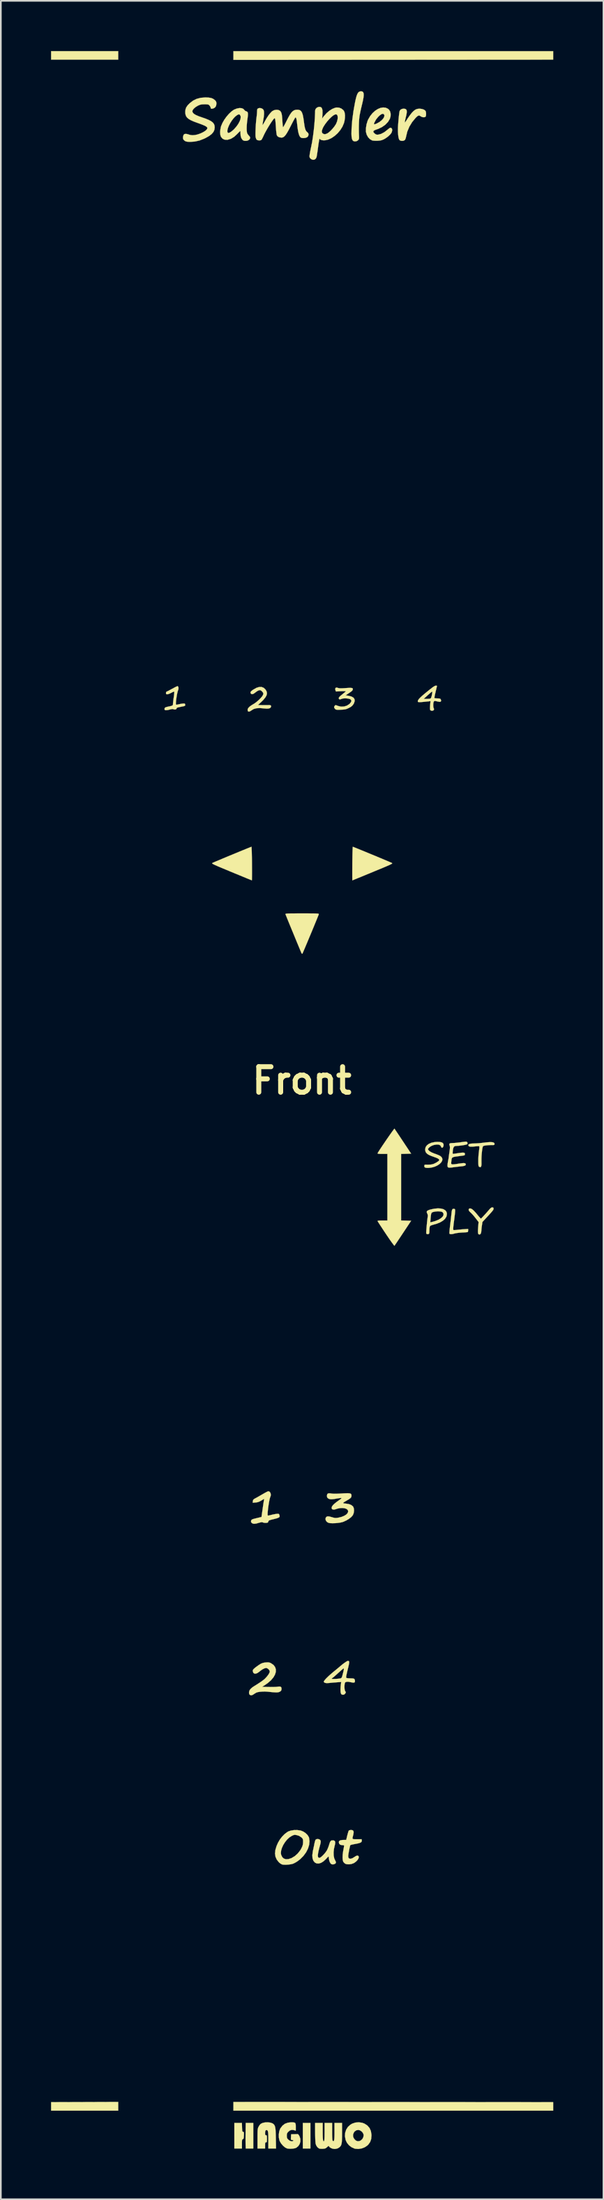
<source format=kicad_pcb>
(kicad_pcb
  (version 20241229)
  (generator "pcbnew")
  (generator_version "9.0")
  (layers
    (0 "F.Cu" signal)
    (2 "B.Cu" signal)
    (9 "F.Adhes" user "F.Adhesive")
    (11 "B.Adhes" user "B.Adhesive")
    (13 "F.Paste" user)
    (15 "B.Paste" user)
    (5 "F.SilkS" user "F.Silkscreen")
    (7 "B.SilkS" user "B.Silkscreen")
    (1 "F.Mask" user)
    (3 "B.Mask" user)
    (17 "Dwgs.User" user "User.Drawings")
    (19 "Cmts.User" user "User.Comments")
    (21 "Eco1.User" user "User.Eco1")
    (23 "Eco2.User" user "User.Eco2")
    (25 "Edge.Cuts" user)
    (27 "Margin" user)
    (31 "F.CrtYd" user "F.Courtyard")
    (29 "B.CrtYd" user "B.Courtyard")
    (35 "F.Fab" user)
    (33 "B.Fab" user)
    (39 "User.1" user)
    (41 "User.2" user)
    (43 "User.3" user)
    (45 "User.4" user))
  (footprint "Front"
    (layer "F.Cu")
    (at 14.991 61.501)
    (property "Reference" "Front" (at 0 0 0) (layer "F.SilkS") (effects (font (size 1.524 1.524) (thickness 0.3))))
    (attr through_hole)
    (fp_poly (pts (xy -10.978 -60.988) (xy -14.986 -60.988) (xy -14.986 -61.496) (xy -10.978 -61.496) (xy -10.978 -60.988)) (stroke (width 0.01) (type solid)) (fill yes) (layer "F.SilkS"))
    (fp_poly (pts (xy 0.508 63.782) (xy 0.056 63.782) (xy 0.056 62.258) (xy 0.508 62.258) (xy 0.508 63.782)) (stroke (width 0.01) (type solid)) (fill yes) (layer "F.SilkS"))
    (fp_poly (pts (xy 5.461 61.009) (xy 15.014 61.017) (xy 15.014 61.524) (xy -4.092 61.524) (xy -4.092 61.002) (xy 5.461 61.009)) (stroke (width 0.01) (type solid)) (fill yes) (layer "F.SilkS"))
    (fp_poly (pts (xy 15.014 -60.988) (xy 5.461 -60.981) (xy -4.092 -60.974) (xy -4.092 -61.496) (xy 15.014 -61.496) (xy 15.014 -60.988)) (stroke (width 0.01) (type solid)) (fill yes) (layer "F.SilkS"))
    (fp_poly (pts (xy -10.978 61.263) (xy -10.978 61.524) (xy -14.986 61.524) (xy -14.986 61.017) (xy -12.982 61.01) (xy -10.978 61.002) (xy -10.978 61.263)) (stroke (width 0.01) (type solid)) (fill yes) (layer "F.SilkS"))
    (fp_poly (pts (xy -2.907 63.782) (xy -3.356 63.782) (xy -3.365 63.493) (xy -3.367 63.36) (xy -3.368 63.189) (xy -3.367 62.998) (xy -3.365 62.807) (xy -3.364 62.731) (xy -3.356 62.258) (xy -2.907 62.258) (xy -2.907 63.782)) (stroke (width 0.01) (type solid)) (fill yes) (layer "F.SilkS"))
    (fp_poly (pts (xy -3.578 62.519) (xy -3.573 62.643) (xy -3.566 62.72) (xy -3.554 62.764) (xy -3.534 62.783) (xy -3.514 62.788) (xy -3.485 62.797) (xy -3.469 62.822) (xy -3.463 62.876) (xy -3.465 62.97) (xy -3.466 63.004) (xy -3.473 63.114) (xy -3.484 63.179) (xy -3.503 63.213) (xy -3.53 63.227) (xy -3.555 63.238) (xy -3.571 63.266) (xy -3.58 63.319) (xy -3.584 63.409) (xy -3.584 63.511) (xy -3.584 63.782) (xy -4.036 63.782) (xy -4.036 62.258) (xy -3.586 62.258) (xy -3.578 62.519)) (stroke (width 0.01) (type solid)) (fill yes) (layer "F.SilkS"))
    (fp_poly (pts (xy 3.609 -59.085) (xy 3.659 -59.046) (xy 3.687 -58.975) (xy 3.694 -58.869) (xy 3.679 -58.722) (xy 3.644 -58.532) (xy 3.588 -58.293) (xy 3.586 -58.285) (xy 3.544 -58.111) (xy 3.504 -57.935) (xy 3.47 -57.772) (xy 3.446 -57.641) (xy 3.439 -57.602) (xy 3.423 -57.454) (xy 3.411 -57.265) (xy 3.404 -57.051) (xy 3.402 -56.826) (xy 3.405 -56.607) (xy 3.412 -56.436) (xy 3.415 -56.329) (xy 3.409 -56.261) (xy 3.388 -56.213) (xy 3.357 -56.175) (xy 3.281 -56.125) (xy 3.189 -56.105) (xy 3.101 -56.115) (xy 3.044 -56.152) (xy 3.008 -56.211) (xy 2.982 -56.295) (xy 2.967 -56.408) (xy 2.961 -56.56) (xy 2.965 -56.758) (xy 2.969 -56.862) (xy 3.007 -57.366) (xy 3.08 -57.91) (xy 3.177 -58.446) (xy 3.224 -58.66) (xy 3.269 -58.824) (xy 3.316 -58.944) (xy 3.367 -59.025) (xy 3.426 -59.073) (xy 3.497 -59.095) (xy 3.538 -59.097) (xy 3.609 -59.085)) (stroke (width 0.01) (type solid)) (fill yes) (layer "F.SilkS"))
    (fp_poly (pts (xy 3.601 62.248) (xy 3.739 62.299) (xy 3.911 62.411) (xy 4.038 62.556) (xy 4.119 62.734) (xy 4.155 62.945) (xy 4.157 63.02) (xy 4.138 63.223) (xy 4.079 63.393) (xy 3.977 63.54) (xy 3.901 63.614) (xy 3.749 63.714) (xy 3.568 63.781) (xy 3.377 63.811) (xy 3.192 63.799) (xy 3.132 63.784) (xy 2.96 63.705) (xy 2.808 63.585) (xy 2.688 63.436) (xy 2.612 63.272) (xy 2.573 63.054) (xy 2.579 62.959) (xy 3.055 62.959) (xy 3.062 63.086) (xy 3.112 63.192) (xy 3.208 63.298) (xy 3.313 63.349) (xy 3.427 63.344) (xy 3.522 63.302) (xy 3.612 63.218) (xy 3.671 63.106) (xy 3.689 62.985) (xy 3.685 62.95) (xy 3.643 62.851) (xy 3.565 62.762) (xy 3.469 62.699) (xy 3.384 62.677) (xy 3.258 62.694) (xy 3.158 62.76) (xy 3.103 62.832) (xy 3.055 62.959) (xy 2.579 62.959) (xy 2.585 62.848) (xy 2.645 62.659) (xy 2.752 62.494) (xy 2.902 62.36) (xy 3.006 62.299) (xy 3.195 62.236) (xy 3.399 62.219) (xy 3.601 62.248)) (stroke (width 0.01) (type solid)) (fill yes) (layer "F.SilkS"))
    (fp_poly (pts (xy -3.009 -13.943) (xy -3.004 -13.866) (xy -2.999 -13.745) (xy -2.995 -13.586) (xy -2.991 -13.397) (xy -2.987 -13.182) (xy -2.985 -12.968) (xy -2.984 -12.737) (xy -2.983 -12.524) (xy -2.983 -12.337) (xy -2.985 -12.181) (xy -2.986 -12.064) (xy -2.989 -11.99) (xy -2.992 -11.967) (xy -3.02 -11.978) (xy -3.095 -12.008) (xy -3.212 -12.055) (xy -3.365 -12.118) (xy -3.549 -12.194) (xy -3.76 -12.281) (xy -3.991 -12.376) (xy -4.212 -12.467) (xy -4.493 -12.584) (xy -4.727 -12.682) (xy -4.917 -12.761) (xy -5.067 -12.826) (xy -5.181 -12.876) (xy -5.263 -12.915) (xy -5.319 -12.944) (xy -5.351 -12.966) (xy -5.364 -12.981) (xy -5.362 -12.993) (xy -5.349 -13.003) (xy -5.343 -13.006) (xy -5.3 -13.026) (xy -5.213 -13.064) (xy -5.089 -13.117) (xy -4.933 -13.182) (xy -4.754 -13.257) (xy -4.556 -13.34) (xy -4.347 -13.427) (xy -4.133 -13.515) (xy -3.92 -13.603) (xy -3.715 -13.688) (xy -3.525 -13.766) (xy -3.355 -13.835) (xy -3.213 -13.893) (xy -3.104 -13.936) (xy -3.036 -13.963) (xy -3.014 -13.97) (xy -3.009 -13.943)) (stroke (width 0.01) (type solid)) (fill yes) (layer "F.SilkS"))
    (fp_poly (pts (xy 3.074 -13.96) (xy 3.149 -13.93) (xy 3.264 -13.884) (xy 3.412 -13.824) (xy 3.586 -13.753) (xy 3.779 -13.674) (xy 3.986 -13.588) (xy 4.199 -13.5) (xy 4.413 -13.412) (xy 4.62 -13.325) (xy 4.815 -13.244) (xy 4.991 -13.17) (xy 5.141 -13.107) (xy 5.259 -13.056) (xy 5.338 -13.022) (xy 5.37 -13.007) (xy 5.386 -12.997) (xy 5.395 -12.986) (xy 5.39 -12.973) (xy 5.368 -12.954) (xy 5.325 -12.93) (xy 5.257 -12.896) (xy 5.16 -12.852) (xy 5.029 -12.796) (xy 4.86 -12.724) (xy 4.65 -12.637) (xy 4.393 -12.531) (xy 4.237 -12.466) (xy 3.991 -12.365) (xy 3.761 -12.27) (xy 3.553 -12.184) (xy 3.371 -12.11) (xy 3.222 -12.049) (xy 3.109 -12.003) (xy 3.039 -11.975) (xy 3.016 -11.966) (xy 3.014 -11.993) (xy 3.012 -12.071) (xy 3.011 -12.192) (xy 3.011 -12.35) (xy 3.011 -12.54) (xy 3.012 -12.754) (xy 3.013 -12.968) (xy 3.016 -13.2) (xy 3.019 -13.412) (xy 3.023 -13.6) (xy 3.028 -13.755) (xy 3.033 -13.873) (xy 3.038 -13.947) (xy 3.043 -13.97) (xy 3.074 -13.96)) (stroke (width 0.01) (type solid)) (fill yes) (layer "F.SilkS"))
    (fp_poly (pts (xy 0.279 -9.991) (xy 0.494 -9.99) (xy 0.662 -9.989) (xy 0.79 -9.986) (xy 0.883 -9.983) (xy 0.946 -9.978) (xy 0.985 -9.971) (xy 1.004 -9.962) (xy 1.01 -9.951) (xy 1.009 -9.941) (xy 0.994 -9.9) (xy 0.96 -9.814) (xy 0.91 -9.69) (xy 0.847 -9.536) (xy 0.773 -9.356) (xy 0.692 -9.158) (xy 0.605 -8.947) (xy 0.515 -8.732) (xy 0.425 -8.517) (xy 0.338 -8.309) (xy 0.257 -8.116) (xy 0.183 -7.942) (xy 0.121 -7.795) (xy 0.072 -7.682) (xy 0.039 -7.608) (xy 0.025 -7.58) (xy 0.000099 -7.585) (xy -0.032 -7.634) (xy -0.039 -7.65) (xy -0.122 -7.85) (xy -0.213 -8.068) (xy -0.308 -8.297) (xy -0.405 -8.533) (xy -0.502 -8.769) (xy -0.597 -8.999) (xy -0.687 -9.217) (xy -0.769 -9.417) (xy -0.841 -9.593) (xy -0.9 -9.74) (xy -0.945 -9.851) (xy -0.973 -9.92) (xy -0.981 -9.941) (xy -0.981 -9.954) (xy -0.972 -9.965) (xy -0.947 -9.973) (xy -0.902 -9.979) (xy -0.831 -9.984) (xy -0.728 -9.987) (xy -0.589 -9.989) (xy -0.407 -9.99) (xy -0.179 -9.991) (xy 0.014 -9.991) (xy 0.279 -9.991)) (stroke (width 0.01) (type solid)) (fill yes) (layer "F.SilkS"))
    (fp_poly (pts (xy 9.082 7.654) (xy 9.129 7.664) (xy 9.151 7.692) (xy 9.156 7.753) (xy 9.156 7.789) (xy 9.151 7.86) (xy 9.14 7.974) (xy 9.123 8.119) (xy 9.103 8.283) (xy 9.087 8.403) (xy 9.062 8.594) (xy 9.047 8.745) (xy 9.04 8.851) (xy 9.043 8.908) (xy 9.047 8.916) (xy 9.089 8.927) (xy 9.167 8.925) (xy 9.215 8.919) (xy 9.305 8.907) (xy 9.432 8.895) (xy 9.573 8.882) (xy 9.645 8.877) (xy 9.934 8.857) (xy 9.934 8.943) (xy 9.927 9.008) (xy 9.911 9.042) (xy 9.874 9.05) (xy 9.794 9.057) (xy 9.683 9.065) (xy 9.579 9.07) (xy 9.435 9.08) (xy 9.296 9.096) (xy 9.181 9.115) (xy 9.13 9.128) (xy 8.992 9.162) (xy 8.889 9.169) (xy 8.828 9.149) (xy 8.816 9.132) (xy 8.814 9.091) (xy 8.819 9.005) (xy 8.83 8.883) (xy 8.846 8.737) (xy 8.858 8.631) (xy 8.88 8.456) (xy 8.9 8.282) (xy 8.918 8.125) (xy 8.931 8.001) (xy 8.935 7.959) (xy 8.951 7.819) (xy 8.971 7.727) (xy 8.999 7.674) (xy 9.04 7.654) (xy 9.082 7.654)) (stroke (width 0.01) (type solid)) (fill yes) (layer "F.SilkS"))
    (fp_poly (pts (xy 11.429 7.58) (xy 11.455 7.624) (xy 11.443 7.697) (xy 11.436 7.714) (xy 11.407 7.755) (xy 11.347 7.828) (xy 11.263 7.925) (xy 11.161 8.038) (xy 11.097 8.107) (xy 10.788 8.439) (xy 10.756 8.651) (xy 10.74 8.769) (xy 10.729 8.876) (xy 10.724 8.952) (xy 10.724 8.955) (xy 10.711 9.075) (xy 10.677 9.155) (xy 10.625 9.19) (xy 10.559 9.174) (xy 10.556 9.173) (xy 10.534 9.139) (xy 10.522 9.067) (xy 10.521 8.953) (xy 10.53 8.791) (xy 10.538 8.689) (xy 10.559 8.445) (xy 10.371 8.201) (xy 10.281 8.089) (xy 10.19 7.985) (xy 10.111 7.903) (xy 10.073 7.868) (xy 9.997 7.791) (xy 9.963 7.721) (xy 9.974 7.664) (xy 10.019 7.634) (xy 10.087 7.635) (xy 10.17 7.677) (xy 10.271 7.764) (xy 10.394 7.897) (xy 10.468 7.986) (xy 10.551 8.086) (xy 10.622 8.168) (xy 10.673 8.222) (xy 10.697 8.241) (xy 10.723 8.221) (xy 10.779 8.165) (xy 10.857 8.082) (xy 10.952 7.978) (xy 11.057 7.861) (xy 11.164 7.738) (xy 11.237 7.652) (xy 11.308 7.59) (xy 11.376 7.567) (xy 11.429 7.58)) (stroke (width 0.01) (type solid)) (fill yes) (layer "F.SilkS"))
    (fp_poly (pts (xy -1.895 62.237) (xy -1.771 62.278) (xy -1.742 62.294) (xy -1.689 62.334) (xy -1.648 62.382) (xy -1.617 62.446) (xy -1.594 62.532) (xy -1.578 62.649) (xy -1.568 62.802) (xy -1.561 62.999) (xy -1.557 63.168) (xy -1.547 63.782) (xy -2.004 63.782) (xy -2.004 63.286) (xy -2.005 63.083) (xy -2.01 62.93) (xy -2.02 62.82) (xy -2.035 62.747) (xy -2.058 62.704) (xy -2.089 62.685) (xy -2.115 62.682) (xy -2.163 62.699) (xy -2.191 62.754) (xy -2.201 62.856) (xy -2.201 62.881) (xy -2.196 62.954) (xy -2.176 62.986) (xy -2.145 62.992) (xy -2.116 62.997) (xy -2.099 63.02) (xy -2.091 63.072) (xy -2.089 63.166) (xy -2.088 63.204) (xy -2.09 63.312) (xy -2.096 63.375) (xy -2.11 63.406) (xy -2.135 63.415) (xy -2.145 63.415) (xy -2.175 63.421) (xy -2.192 63.447) (xy -2.2 63.504) (xy -2.201 63.599) (xy -2.201 63.782) (xy -2.653 63.782) (xy -2.653 63.196) (xy -2.653 62.997) (xy -2.651 62.847) (xy -2.648 62.735) (xy -2.641 62.654) (xy -2.631 62.594) (xy -2.617 62.546) (xy -2.598 62.502) (xy -2.589 62.485) (xy -2.536 62.399) (xy -2.477 62.328) (xy -2.455 62.31) (xy -2.345 62.257) (xy -2.201 62.227) (xy -2.045 62.221) (xy -1.895 62.237)) (stroke (width 0.01) (type solid)) (fill yes) (layer "F.SilkS"))
    (fp_poly (pts (xy 5.552 2.897) (xy 5.599 2.967) (xy 5.67 3.072) (xy 5.761 3.207) (xy 5.866 3.365) (xy 5.983 3.541) (xy 6.04 3.627) (xy 6.527 4.36) (xy 5.927 4.376) (xy 5.927 8.352) (xy 6.227 8.36) (xy 6.527 8.368) (xy 6.04 9.102) (xy 5.919 9.284) (xy 5.808 9.45) (xy 5.71 9.597) (xy 5.63 9.716) (xy 5.571 9.803) (xy 5.537 9.852) (xy 5.531 9.86) (xy 5.51 9.843) (xy 5.463 9.785) (xy 5.392 9.69) (xy 5.302 9.565) (xy 5.197 9.414) (xy 5.081 9.243) (xy 5.024 9.158) (xy 4.903 8.977) (xy 4.793 8.809) (xy 4.696 8.662) (xy 4.617 8.541) (xy 4.56 8.452) (xy 4.529 8.401) (xy 4.525 8.393) (xy 4.527 8.375) (xy 4.558 8.363) (xy 4.624 8.357) (xy 4.734 8.354) (xy 4.809 8.354) (xy 5.108 8.354) (xy 5.108 4.374) (xy 4.809 4.374) (xy 4.673 4.373) (xy 4.586 4.369) (xy 4.539 4.36) (xy 4.523 4.345) (xy 4.525 4.335) (xy 4.548 4.29) (xy 4.598 4.209) (xy 4.669 4.099) (xy 4.757 3.967) (xy 4.856 3.818) (xy 4.963 3.661) (xy 5.072 3.501) (xy 5.18 3.346) (xy 5.281 3.201) (xy 5.371 3.075) (xy 5.445 2.973) (xy 5.499 2.902) (xy 5.528 2.87) (xy 5.531 2.869) (xy 5.552 2.897)) (stroke (width 0.01) (type solid)) (fill yes) (layer "F.SilkS"))
    (fp_poly (pts (xy 11.357 3.673) (xy 11.448 3.693) (xy 11.498 3.728) (xy 11.512 3.781) (xy 11.509 3.802) (xy 11.487 3.837) (xy 11.429 3.848) (xy 11.401 3.847) (xy 11.283 3.846) (xy 11.154 3.852) (xy 11.029 3.864) (xy 10.923 3.879) (xy 10.849 3.898) (xy 10.826 3.91) (xy 10.805 3.957) (xy 10.784 4.05) (xy 10.765 4.176) (xy 10.749 4.325) (xy 10.736 4.486) (xy 10.729 4.647) (xy 10.728 4.797) (xy 10.728 4.832) (xy 10.73 4.988) (xy 10.72 5.093) (xy 10.696 5.151) (xy 10.658 5.168) (xy 10.601 5.147) (xy 10.583 5.137) (xy 10.564 5.113) (xy 10.551 5.063) (xy 10.545 4.98) (xy 10.543 4.852) (xy 10.543 4.806) (xy 10.544 4.667) (xy 10.548 4.551) (xy 10.556 4.44) (xy 10.568 4.317) (xy 10.587 4.164) (xy 10.599 4.075) (xy 10.606 3.991) (xy 10.602 3.932) (xy 10.594 3.916) (xy 10.556 3.913) (xy 10.477 3.916) (xy 10.371 3.924) (xy 10.331 3.928) (xy 10.174 3.942) (xy 10.065 3.941) (xy 9.996 3.925) (xy 9.958 3.894) (xy 9.953 3.882) (xy 9.95 3.826) (xy 9.995 3.787) (xy 10.088 3.763) (xy 10.233 3.753) (xy 10.268 3.753) (xy 10.409 3.748) (xy 10.577 3.736) (xy 10.745 3.719) (xy 10.809 3.711) (xy 11.041 3.683) (xy 11.223 3.671) (xy 11.357 3.673)) (stroke (width 0.01) (type solid)) (fill yes) (layer "F.SilkS"))
    (fp_poly (pts (xy -2.402 -23.514) (xy -2.274 -23.46) (xy -2.168 -23.355) (xy -2.163 -23.348) (xy -2.105 -23.239) (xy -2.088 -23.13) (xy -2.114 -23.016) (xy -2.184 -22.891) (xy -2.301 -22.749) (xy -2.426 -22.625) (xy -2.626 -22.437) (xy -2.364 -22.432) (xy -2.232 -22.43) (xy -2.107 -22.431) (xy -2.01 -22.433) (xy -1.986 -22.434) (xy -1.892 -22.429) (xy -1.846 -22.399) (xy -1.844 -22.34) (xy -1.848 -22.327) (xy -1.889 -22.266) (xy -1.968 -22.232) (xy -2.089 -22.221) (xy -2.258 -22.234) (xy -2.284 -22.237) (xy -2.522 -22.257) (xy -2.719 -22.245) (xy -2.881 -22.2) (xy -3.014 -22.121) (xy -3.026 -22.111) (xy -3.109 -22.058) (xy -3.18 -22.044) (xy -3.228 -22.069) (xy -3.235 -22.084) (xy -3.245 -22.17) (xy -3.208 -22.256) (xy -3.12 -22.347) (xy -2.981 -22.444) (xy -2.907 -22.487) (xy -2.791 -22.561) (xy -2.668 -22.658) (xy -2.548 -22.766) (xy -2.443 -22.875) (xy -2.363 -22.974) (xy -2.321 -23.05) (xy -2.304 -23.117) (xy -2.317 -23.168) (xy -2.359 -23.225) (xy -2.419 -23.285) (xy -2.476 -23.323) (xy -2.483 -23.326) (xy -2.558 -23.322) (xy -2.657 -23.278) (xy -2.772 -23.197) (xy -2.807 -23.168) (xy -2.896 -23.108) (xy -2.976 -23.087) (xy -3.038 -23.106) (xy -3.069 -23.163) (xy -3.07 -23.17) (xy -3.067 -23.212) (xy -3.04 -23.253) (xy -2.982 -23.304) (xy -2.894 -23.365) (xy -2.714 -23.466) (xy -2.549 -23.516) (xy -2.402 -23.514)) (stroke (width 0.01) (type solid)) (fill yes) (layer "F.SilkS"))
    (fp_poly (pts (xy -0.533 62.224) (xy -0.447 62.235) (xy -0.397 62.265) (xy -0.374 62.325) (xy -0.367 62.421) (xy -0.367 62.489) (xy -0.367 62.716) (xy -0.444 62.697) (xy -0.505 62.682) (xy -0.547 62.676) (xy -0.601 62.677) (xy -0.631 62.678) (xy -0.716 62.706) (xy -0.807 62.778) (xy -0.866 62.844) (xy -0.894 62.906) (xy -0.903 62.99) (xy -0.903 63.02) (xy -0.898 63.116) (xy -0.875 63.182) (xy -0.827 63.242) (xy -0.822 63.247) (xy -0.729 63.318) (xy -0.632 63.354) (xy -0.55 63.349) (xy -0.511 63.319) (xy -0.52 63.29) (xy -0.572 63.275) (xy -0.586 63.274) (xy -0.628 63.272) (xy -0.651 63.256) (xy -0.658 63.213) (xy -0.655 63.13) (xy -0.654 63.105) (xy -0.644 62.936) (xy -0.463 62.931) (xy -0.363 62.929) (xy -0.284 62.926) (xy -0.247 62.924) (xy -0.215 62.946) (xy -0.172 63.004) (xy -0.146 63.048) (xy -0.095 63.203) (xy -0.091 63.361) (xy -0.132 63.51) (xy -0.214 63.64) (xy -0.333 63.737) (xy -0.347 63.744) (xy -0.443 63.776) (xy -0.571 63.794) (xy -0.71 63.8) (xy -0.837 63.79) (xy -0.903 63.775) (xy -1.01 63.718) (xy -1.122 63.624) (xy -1.226 63.506) (xy -1.306 63.382) (xy -1.34 63.305) (xy -1.376 63.136) (xy -1.381 62.953) (xy -1.358 62.775) (xy -1.307 62.622) (xy -1.29 62.59) (xy -1.166 62.424) (xy -1.018 62.309) (xy -0.841 62.243) (xy -0.666 62.223) (xy -0.533 62.224)) (stroke (width 0.01) (type solid)) (fill yes) (layer "F.SilkS"))
    (fp_poly (pts (xy 6.176 -58.047) (xy 6.234 -58.01) (xy 6.264 -57.941) (xy 6.266 -57.835) (xy 6.242 -57.687) (xy 6.21 -57.556) (xy 6.183 -57.445) (xy 6.163 -57.349) (xy 6.154 -57.286) (xy 6.154 -57.279) (xy 6.158 -57.238) (xy 6.173 -57.248) (xy 6.189 -57.274) (xy 6.331 -57.492) (xy 6.453 -57.666) (xy 6.559 -57.801) (xy 6.654 -57.902) (xy 6.743 -57.974) (xy 6.809 -58.015) (xy 6.92 -58.05) (xy 7.048 -58.058) (xy 7.177 -58.041) (xy 7.29 -58.002) (xy 7.372 -57.943) (xy 7.393 -57.914) (xy 7.414 -57.844) (xy 7.421 -57.752) (xy 7.416 -57.662) (xy 7.399 -57.594) (xy 7.389 -57.579) (xy 7.325 -57.55) (xy 7.236 -57.549) (xy 7.146 -57.576) (xy 7.104 -57.602) (xy 7.04 -57.643) (xy 6.983 -57.651) (xy 6.92 -57.624) (xy 6.841 -57.557) (xy 6.795 -57.51) (xy 6.589 -57.262) (xy 6.421 -56.985) (xy 6.297 -56.689) (xy 6.224 -56.388) (xy 6.222 -56.377) (xy 6.199 -56.284) (xy 6.165 -56.208) (xy 6.149 -56.187) (xy 6.073 -56.145) (xy 5.977 -56.134) (xy 5.884 -56.152) (xy 5.829 -56.189) (xy 5.795 -56.257) (xy 5.768 -56.372) (xy 5.749 -56.523) (xy 5.739 -56.702) (xy 5.74 -56.898) (xy 5.743 -56.981) (xy 5.755 -57.169) (xy 5.77 -57.358) (xy 5.787 -57.536) (xy 5.804 -57.694) (xy 5.821 -57.821) (xy 5.837 -57.907) (xy 5.844 -57.931) (xy 5.901 -58.006) (xy 6 -58.05) (xy 6.089 -58.059) (xy 6.176 -58.047)) (stroke (width 0.01) (type solid)) (fill yes) (layer "F.SilkS"))
    (fp_poly (pts (xy 1.242 62.773) (xy 1.244 62.98) (xy 1.248 63.135) (xy 1.256 63.245) (xy 1.269 63.314) (xy 1.287 63.348) (xy 1.311 63.353) (xy 1.323 63.347) (xy 1.336 63.312) (xy 1.345 63.225) (xy 1.352 63.084) (xy 1.354 62.889) (xy 1.355 62.793) (xy 1.355 62.258) (xy 1.806 62.258) (xy 1.806 62.777) (xy 1.807 62.973) (xy 1.811 63.119) (xy 1.817 63.222) (xy 1.826 63.287) (xy 1.839 63.321) (xy 1.844 63.327) (xy 1.877 63.346) (xy 1.903 63.339) (xy 1.922 63.3) (xy 1.935 63.225) (xy 1.943 63.106) (xy 1.947 62.941) (xy 1.947 62.775) (xy 1.947 62.258) (xy 2.399 62.258) (xy 2.399 62.852) (xy 2.398 63.078) (xy 2.393 63.256) (xy 2.384 63.392) (xy 2.37 63.495) (xy 2.348 63.572) (xy 2.317 63.631) (xy 2.277 63.68) (xy 2.251 63.704) (xy 2.144 63.774) (xy 2.018 63.806) (xy 1.938 63.81) (xy 1.835 63.795) (xy 1.734 63.756) (xy 1.654 63.702) (xy 1.618 63.653) (xy 1.6 63.633) (xy 1.567 63.647) (xy 1.508 63.7) (xy 1.506 63.701) (xy 1.441 63.756) (xy 1.375 63.786) (xy 1.285 63.799) (xy 1.249 63.801) (xy 1.149 63.802) (xy 1.066 63.794) (xy 1.03 63.785) (xy 0.931 63.712) (xy 0.855 63.599) (xy 0.821 63.5) (xy 0.812 63.432) (xy 0.804 63.319) (xy 0.797 63.172) (xy 0.793 63.002) (xy 0.791 62.821) (xy 0.791 62.816) (xy 0.79 62.258) (xy 1.242 62.258) (xy 1.242 62.773)) (stroke (width 0.01) (type solid)) (fill yes) (layer "F.SilkS"))
    (fp_poly (pts (xy 8.308 7.639) (xy 8.457 7.678) (xy 8.569 7.745) (xy 8.639 7.836) (xy 8.666 7.951) (xy 8.644 8.088) (xy 8.626 8.136) (xy 8.548 8.256) (xy 8.421 8.368) (xy 8.253 8.467) (xy 8.05 8.548) (xy 7.877 8.596) (xy 7.777 8.625) (xy 7.696 8.657) (xy 7.655 8.685) (xy 7.636 8.737) (xy 7.624 8.825) (xy 7.62 8.907) (xy 7.617 9.008) (xy 7.61 9.089) (xy 7.603 9.128) (xy 7.564 9.163) (xy 7.504 9.17) (xy 7.449 9.149) (xy 7.431 9.125) (xy 7.429 9.085) (xy 7.432 9.001) (xy 7.44 8.882) (xy 7.452 8.741) (xy 7.466 8.587) (xy 7.478 8.462) (xy 7.669 8.462) (xy 7.779 8.438) (xy 7.877 8.412) (xy 7.987 8.378) (xy 8.014 8.368) (xy 8.185 8.295) (xy 8.318 8.211) (xy 8.412 8.122) (xy 8.461 8.031) (xy 8.463 7.943) (xy 8.414 7.864) (xy 8.407 7.857) (xy 8.339 7.825) (xy 8.233 7.808) (xy 8.104 7.805) (xy 7.969 7.817) (xy 7.856 7.841) (xy 7.801 7.859) (xy 7.763 7.882) (xy 7.737 7.921) (xy 7.718 7.985) (xy 7.704 8.084) (xy 7.69 8.228) (xy 7.688 8.249) (xy 7.669 8.462) (xy 7.478 8.462) (xy 7.481 8.432) (xy 7.497 8.287) (xy 7.513 8.163) (xy 7.526 8.077) (xy 7.519 8.008) (xy 7.489 7.931) (xy 7.487 7.928) (xy 7.458 7.855) (xy 7.469 7.799) (xy 7.527 7.752) (xy 7.635 7.71) (xy 7.678 7.698) (xy 7.915 7.647) (xy 8.127 7.628) (xy 8.308 7.639)) (stroke (width 0.01) (type solid)) (fill yes) (layer "F.SilkS"))
    (fp_poly (pts (xy 8.249 3.664) (xy 8.361 3.688) (xy 8.431 3.734) (xy 8.463 3.804) (xy 8.467 3.847) (xy 8.453 3.931) (xy 8.42 3.986) (xy 8.378 4.008) (xy 8.338 3.988) (xy 8.314 3.936) (xy 8.269 3.863) (xy 8.182 3.822) (xy 8.057 3.814) (xy 7.899 3.84) (xy 7.846 3.855) (xy 7.745 3.896) (xy 7.65 3.954) (xy 7.577 4.018) (xy 7.538 4.076) (xy 7.535 4.092) (xy 7.562 4.153) (xy 7.635 4.219) (xy 7.748 4.285) (xy 7.891 4.345) (xy 7.931 4.359) (xy 8.054 4.403) (xy 8.169 4.45) (xy 8.256 4.492) (xy 8.272 4.502) (xy 8.359 4.583) (xy 8.395 4.676) (xy 8.383 4.777) (xy 8.326 4.879) (xy 8.227 4.978) (xy 8.088 5.069) (xy 7.936 5.137) (xy 7.808 5.175) (xy 7.668 5.2) (xy 7.534 5.212) (xy 7.423 5.206) (xy 7.371 5.193) (xy 7.322 5.156) (xy 7.314 5.092) (xy 7.315 5.087) (xy 7.322 5.046) (xy 7.339 5.024) (xy 7.381 5.015) (xy 7.46 5.017) (xy 7.513 5.019) (xy 7.718 5.011) (xy 7.842 4.982) (xy 7.934 4.944) (xy 8.031 4.893) (xy 8.119 4.837) (xy 8.184 4.785) (xy 8.212 4.746) (xy 8.213 4.743) (xy 8.185 4.69) (xy 8.101 4.635) (xy 7.962 4.579) (xy 7.938 4.571) (xy 7.74 4.501) (xy 7.591 4.436) (xy 7.486 4.369) (xy 7.417 4.297) (xy 7.379 4.213) (xy 7.366 4.113) (xy 7.366 4.095) (xy 7.393 3.971) (xy 7.468 3.863) (xy 7.587 3.774) (xy 7.744 3.707) (xy 7.932 3.668) (xy 8.087 3.657) (xy 8.249 3.664)) (stroke (width 0.01) (type solid)) (fill yes) (layer "F.SilkS"))
    (fp_poly (pts (xy 1.042 45.32) (xy 1.082 45.348) (xy 1.109 45.384) (xy 1.123 45.425) (xy 1.123 45.481) (xy 1.109 45.564) (xy 1.079 45.684) (xy 1.056 45.766) (xy 1.001 45.981) (xy 0.967 46.148) (xy 0.953 46.271) (xy 0.959 46.355) (xy 0.986 46.405) (xy 1.033 46.425) (xy 1.047 46.426) (xy 1.101 46.404) (xy 1.177 46.347) (xy 1.264 46.265) (xy 1.353 46.168) (xy 1.434 46.067) (xy 1.496 45.972) (xy 1.506 45.954) (xy 1.556 45.84) (xy 1.605 45.71) (xy 1.625 45.644) (xy 1.665 45.517) (xy 1.705 45.436) (xy 1.75 45.394) (xy 1.793 45.381) (xy 1.899 45.382) (xy 1.965 45.417) (xy 1.992 45.488) (xy 1.982 45.599) (xy 1.962 45.678) (xy 1.915 45.888) (xy 1.894 46.095) (xy 1.899 46.285) (xy 1.93 46.449) (xy 1.985 46.572) (xy 2.031 46.663) (xy 2.029 46.73) (xy 1.977 46.779) (xy 1.959 46.789) (xy 1.852 46.818) (xy 1.766 46.799) (xy 1.723 46.766) (xy 1.673 46.688) (xy 1.633 46.578) (xy 1.611 46.459) (xy 1.609 46.419) (xy 1.604 46.362) (xy 1.592 46.341) (xy 1.567 46.36) (xy 1.515 46.411) (xy 1.445 46.484) (xy 1.43 46.501) (xy 1.287 46.633) (xy 1.144 46.721) (xy 1.006 46.762) (xy 0.879 46.755) (xy 0.776 46.703) (xy 0.686 46.596) (xy 0.635 46.45) (xy 0.623 46.264) (xy 0.651 46.039) (xy 0.665 45.974) (xy 0.693 45.845) (xy 0.724 45.697) (xy 0.746 45.586) (xy 0.769 45.479) (xy 0.795 45.392) (xy 0.817 45.341) (xy 0.819 45.339) (xy 0.879 45.305) (xy 0.962 45.299) (xy 1.042 45.32)) (stroke (width 0.01) (type solid)) (fill yes) (layer "F.SilkS"))
    (fp_poly (pts (xy -0.104 44.786) (xy -0.048 44.8) (xy 0.094 44.86) (xy 0.227 44.952) (xy 0.337 45.061) (xy 0.41 45.177) (xy 0.426 45.221) (xy 0.454 45.43) (xy 0.432 45.649) (xy 0.363 45.872) (xy 0.25 46.092) (xy 0.096 46.301) (xy -0.094 46.494) (xy -0.243 46.612) (xy -0.35 46.682) (xy -0.459 46.741) (xy -0.548 46.779) (xy -0.552 46.78) (xy -0.673 46.808) (xy -0.815 46.826) (xy -0.96 46.835) (xy -1.088 46.833) (xy -1.179 46.819) (xy -1.255 46.782) (xy -1.34 46.719) (xy -1.378 46.685) (xy -1.503 46.527) (xy -1.579 46.354) (xy -1.606 46.161) (xy -1.605 46.151) (xy -1.256 46.151) (xy -1.242 46.238) (xy -1.178 46.374) (xy -1.084 46.463) (xy -0.961 46.505) (xy -0.812 46.499) (xy -0.64 46.445) (xy -0.603 46.428) (xy -0.417 46.314) (xy -0.244 46.157) (xy -0.098 45.971) (xy -0.025 45.844) (xy 0.03 45.723) (xy 0.059 45.622) (xy 0.069 45.514) (xy 0.07 45.472) (xy 0.068 45.372) (xy 0.057 45.307) (xy 0.028 45.258) (xy -0.025 45.205) (xy -0.032 45.199) (xy -0.166 45.11) (xy -0.291 45.07) (xy -0.382 45.052) (xy -0.448 45.05) (xy -0.513 45.069) (xy -0.603 45.11) (xy -0.604 45.111) (xy -0.749 45.204) (xy -0.886 45.332) (xy -1.01 45.486) (xy -1.115 45.655) (xy -1.195 45.829) (xy -1.244 45.998) (xy -1.256 46.151) (xy -1.605 46.151) (xy -1.584 45.948) (xy -1.513 45.711) (xy -1.43 45.523) (xy -1.321 45.335) (xy -1.185 45.158) (xy -1.033 45.003) (xy -0.878 44.885) (xy -0.804 44.843) (xy -0.655 44.793) (xy -0.475 44.766) (xy -0.284 44.763) (xy -0.104 44.786)) (stroke (width 0.01) (type solid)) (fill yes) (layer "F.SilkS"))
    (fp_poly (pts (xy 3.026 44.773) (xy 3.076 44.814) (xy 3.093 44.89) (xy 3.078 45.006) (xy 3.064 45.063) (xy 3.035 45.176) (xy 3.024 45.248) (xy 3.038 45.29) (xy 3.086 45.309) (xy 3.175 45.313) (xy 3.295 45.313) (xy 3.57 45.311) (xy 3.579 45.387) (xy 3.574 45.442) (xy 3.542 45.487) (xy 3.474 45.524) (xy 3.365 45.557) (xy 3.208 45.589) (xy 3.182 45.594) (xy 3.063 45.616) (xy 2.968 45.638) (xy 2.907 45.656) (xy 2.892 45.664) (xy 2.878 45.707) (xy 2.858 45.791) (xy 2.834 45.901) (xy 2.811 46.023) (xy 2.789 46.142) (xy 2.774 46.244) (xy 2.766 46.314) (xy 2.766 46.324) (xy 2.784 46.419) (xy 2.835 46.471) (xy 2.916 46.479) (xy 3.022 46.443) (xy 3.121 46.383) (xy 3.226 46.316) (xy 3.301 46.288) (xy 3.355 46.298) (xy 3.382 46.321) (xy 3.401 46.384) (xy 3.378 46.466) (xy 3.32 46.556) (xy 3.235 46.645) (xy 3.128 46.722) (xy 3.094 46.741) (xy 2.965 46.788) (xy 2.822 46.81) (xy 2.688 46.804) (xy 2.605 46.781) (xy 2.529 46.727) (xy 2.471 46.655) (xy 2.441 46.553) (xy 2.43 46.409) (xy 2.437 46.233) (xy 2.463 46.036) (xy 2.481 45.94) (xy 2.502 45.829) (xy 2.516 45.74) (xy 2.519 45.687) (xy 2.517 45.678) (xy 2.482 45.669) (xy 2.413 45.664) (xy 2.395 45.664) (xy 2.298 45.642) (xy 2.231 45.584) (xy 2.207 45.5) (xy 2.212 45.456) (xy 2.244 45.404) (xy 2.315 45.372) (xy 2.429 45.356) (xy 2.526 45.353) (xy 2.647 45.353) (xy 2.71 45.092) (xy 2.741 44.975) (xy 2.77 44.876) (xy 2.793 44.812) (xy 2.801 44.796) (xy 2.846 44.773) (xy 2.92 44.761) (xy 2.939 44.76) (xy 3.026 44.773)) (stroke (width 0.01) (type solid)) (fill yes) (layer "F.SilkS"))
    (fp_poly (pts (xy 2.168 -23.455) (xy 2.175 -23.452) (xy 2.236 -23.439) (xy 2.352 -23.436) (xy 2.523 -23.444) (xy 2.571 -23.447) (xy 2.747 -23.459) (xy 2.875 -23.463) (xy 2.961 -23.459) (xy 3.013 -23.446) (xy 3.038 -23.423) (xy 3.044 -23.387) (xy 3.042 -23.371) (xy 3.026 -23.325) (xy 2.981 -23.274) (xy 2.9 -23.211) (xy 2.822 -23.158) (xy 2.611 -23.018) (xy 2.801 -22.987) (xy 2.965 -22.944) (xy 3.08 -22.877) (xy 3.143 -22.788) (xy 3.155 -22.679) (xy 3.114 -22.551) (xy 3.079 -22.488) (xy 3.016 -22.405) (xy 2.939 -22.339) (xy 2.829 -22.276) (xy 2.805 -22.264) (xy 2.709 -22.219) (xy 2.627 -22.19) (xy 2.539 -22.173) (xy 2.428 -22.163) (xy 2.326 -22.159) (xy 2.194 -22.155) (xy 2.105 -22.156) (xy 2.048 -22.164) (xy 2.01 -22.181) (xy 1.979 -22.208) (xy 1.927 -22.281) (xy 1.93 -22.346) (xy 1.963 -22.392) (xy 1.989 -22.419) (xy 2.009 -22.431) (xy 2.038 -22.428) (xy 2.093 -22.408) (xy 2.17 -22.379) (xy 2.341 -22.341) (xy 2.518 -22.349) (xy 2.685 -22.399) (xy 2.828 -22.49) (xy 2.878 -22.539) (xy 2.944 -22.631) (xy 2.959 -22.702) (xy 2.923 -22.76) (xy 2.874 -22.792) (xy 2.788 -22.819) (xy 2.673 -22.834) (xy 2.551 -22.837) (xy 2.442 -22.827) (xy 2.377 -22.807) (xy 2.29 -22.776) (xy 2.229 -22.784) (xy 2.202 -22.83) (xy 2.201 -22.843) (xy 2.215 -22.888) (xy 2.26 -22.944) (xy 2.343 -23.019) (xy 2.413 -23.075) (xy 2.504 -23.149) (xy 2.575 -23.209) (xy 2.617 -23.249) (xy 2.624 -23.259) (xy 2.598 -23.265) (xy 2.527 -23.268) (xy 2.424 -23.266) (xy 2.329 -23.262) (xy 2.034 -23.247) (xy 2.005 -23.321) (xy 1.99 -23.409) (xy 2.018 -23.465) (xy 2.079 -23.482) (xy 2.168 -23.455)) (stroke (width 0.01) (type solid)) (fill yes) (layer "F.SilkS"))
    (fp_poly (pts (xy 5.005 -58.117) (xy 5.139 -58.055) (xy 5.208 -57.996) (xy 5.272 -57.891) (xy 5.303 -57.755) (xy 5.299 -57.606) (xy 5.258 -57.459) (xy 5.255 -57.452) (xy 5.146 -57.271) (xy 4.99 -57.107) (xy 4.795 -56.967) (xy 4.571 -56.857) (xy 4.48 -56.825) (xy 4.355 -56.779) (xy 4.284 -56.733) (xy 4.265 -56.684) (xy 4.294 -56.627) (xy 4.351 -56.572) (xy 4.424 -56.521) (xy 4.495 -56.504) (xy 4.561 -56.508) (xy 4.741 -56.556) (xy 4.93 -56.658) (xy 5.092 -56.784) (xy 5.174 -56.852) (xy 5.242 -56.901) (xy 5.283 -56.923) (xy 5.286 -56.924) (xy 5.353 -56.9) (xy 5.39 -56.838) (xy 5.394 -56.749) (xy 5.363 -56.643) (xy 5.351 -56.619) (xy 5.285 -56.528) (xy 5.181 -56.426) (xy 5.055 -56.328) (xy 4.922 -56.245) (xy 4.889 -56.228) (xy 4.783 -56.183) (xy 4.676 -56.158) (xy 4.543 -56.145) (xy 4.504 -56.143) (xy 4.384 -56.143) (xy 4.276 -56.15) (xy 4.199 -56.164) (xy 4.191 -56.166) (xy 4.062 -56.242) (xy 3.953 -56.359) (xy 3.872 -56.506) (xy 3.828 -56.669) (xy 3.826 -56.691) (xy 3.827 -56.897) (xy 3.861 -57.118) (xy 3.869 -57.144) (xy 4.306 -57.144) (xy 4.323 -57.124) (xy 4.375 -57.134) (xy 4.469 -57.172) (xy 4.483 -57.179) (xy 4.625 -57.257) (xy 4.748 -57.351) (xy 4.846 -57.452) (xy 4.909 -57.552) (xy 4.931 -57.643) (xy 4.928 -57.67) (xy 4.891 -57.737) (xy 4.83 -57.757) (xy 4.746 -57.729) (xy 4.644 -57.655) (xy 4.552 -57.565) (xy 4.429 -57.411) (xy 4.341 -57.25) (xy 4.318 -57.193) (xy 4.306 -57.144) (xy 3.869 -57.144) (xy 3.924 -57.329) (xy 3.963 -57.418) (xy 4.081 -57.62) (xy 4.219 -57.792) (xy 4.372 -57.932) (xy 4.533 -58.037) (xy 4.696 -58.105) (xy 4.855 -58.132) (xy 5.005 -58.117)) (stroke (width 0.01) (type solid)) (fill yes) (layer "F.SilkS"))
    (fp_poly (pts (xy -7.397 -23.541) (xy -7.376 -23.482) (xy -7.375 -23.409) (xy -7.389 -23.353) (xy -7.417 -23.273) (xy -7.446 -23.16) (xy -7.473 -23.027) (xy -7.496 -22.884) (xy -7.515 -22.745) (xy -7.527 -22.621) (xy -7.531 -22.525) (xy -7.524 -22.467) (xy -7.52 -22.458) (xy -7.486 -22.456) (xy -7.416 -22.467) (xy -7.362 -22.48) (xy -7.251 -22.505) (xy -7.139 -22.522) (xy -7.103 -22.526) (xy -7.028 -22.528) (xy -6.992 -22.514) (xy -6.978 -22.476) (xy -6.976 -22.46) (xy -6.975 -22.417) (xy -6.994 -22.391) (xy -7.044 -22.372) (xy -7.132 -22.353) (xy -7.282 -22.323) (xy -7.384 -22.3) (xy -7.447 -22.282) (xy -7.479 -22.265) (xy -7.487 -22.248) (xy -7.486 -22.245) (xy -7.501 -22.202) (xy -7.551 -22.175) (xy -7.617 -22.169) (xy -7.663 -22.183) (xy -7.713 -22.2) (xy -7.777 -22.197) (xy -7.873 -22.174) (xy -7.882 -22.172) (xy -8.022 -22.138) (xy -8.127 -22.127) (xy -8.188 -22.141) (xy -8.194 -22.145) (xy -8.213 -22.198) (xy -8.196 -22.258) (xy -8.163 -22.291) (xy -8.102 -22.315) (xy -8.02 -22.336) (xy -8.015 -22.337) (xy -7.88 -22.365) (xy -7.791 -22.388) (xy -7.739 -22.412) (xy -7.713 -22.44) (xy -7.705 -22.479) (xy -7.705 -22.501) (xy -7.701 -22.565) (xy -7.689 -22.67) (xy -7.673 -22.799) (xy -7.657 -22.909) (xy -7.64 -23.036) (xy -7.628 -23.142) (xy -7.623 -23.215) (xy -7.626 -23.242) (xy -7.657 -23.238) (xy -7.722 -23.212) (xy -7.794 -23.175) (xy -7.89 -23.127) (xy -7.981 -23.092) (xy -8.029 -23.081) (xy -8.09 -23.081) (xy -8.116 -23.11) (xy -8.123 -23.147) (xy -8.115 -23.212) (xy -8.08 -23.238) (xy -8.036 -23.258) (xy -7.954 -23.299) (xy -7.848 -23.356) (xy -7.748 -23.41) (xy -7.633 -23.472) (xy -7.534 -23.523) (xy -7.462 -23.555) (xy -7.431 -23.566) (xy -7.397 -23.541)) (stroke (width 0.01) (type solid)) (fill yes) (layer "F.SilkS"))
    (fp_poly (pts (xy -1.957 34.754) (xy -1.884 34.78) (xy -1.834 34.805) (xy -1.693 34.906) (xy -1.601 35.028) (xy -1.557 35.168) (xy -1.56 35.319) (xy -1.61 35.48) (xy -1.704 35.644) (xy -1.843 35.809) (xy -2.024 35.969) (xy -2.17 36.073) (xy -2.378 36.209) (xy -2.057 36.215) (xy -1.863 36.218) (xy -1.713 36.218) (xy -1.596 36.215) (xy -1.499 36.208) (xy -1.41 36.196) (xy -1.395 36.194) (xy -1.296 36.193) (xy -1.238 36.229) (xy -1.217 36.307) (xy -1.219 36.355) (xy -1.238 36.428) (xy -1.288 36.478) (xy -1.326 36.5) (xy -1.374 36.521) (xy -1.432 36.534) (xy -1.506 36.539) (xy -1.607 36.537) (xy -1.742 36.528) (xy -1.919 36.512) (xy -2.06 36.497) (xy -2.199 36.489) (xy -2.351 36.491) (xy -2.499 36.503) (xy -2.625 36.522) (xy -2.709 36.546) (xy -2.779 36.584) (xy -2.86 36.636) (xy -2.876 36.647) (xy -2.967 36.701) (xy -3.041 36.713) (xy -3.111 36.687) (xy -3.15 36.635) (xy -3.161 36.549) (xy -3.141 36.443) (xy -3.079 36.344) (xy -2.969 36.245) (xy -2.872 36.179) (xy -2.671 36.054) (xy -2.513 35.951) (xy -2.39 35.867) (xy -2.295 35.796) (xy -2.222 35.734) (xy -2.183 35.695) (xy -2.072 35.571) (xy -1.987 35.454) (xy -1.934 35.355) (xy -1.919 35.292) (xy -1.943 35.221) (xy -2.001 35.15) (xy -2.075 35.097) (xy -2.136 35.08) (xy -2.235 35.102) (xy -2.357 35.163) (xy -2.491 35.258) (xy -2.544 35.303) (xy -2.659 35.384) (xy -2.761 35.421) (xy -2.846 35.414) (xy -2.905 35.364) (xy -2.934 35.272) (xy -2.935 35.24) (xy -2.924 35.195) (xy -2.884 35.144) (xy -2.809 35.077) (xy -2.731 35.016) (xy -2.59 34.914) (xy -2.479 34.843) (xy -2.383 34.797) (xy -2.289 34.77) (xy -2.183 34.754) (xy -2.15 34.751) (xy -2.038 34.746) (xy -1.957 34.754)) (stroke (width 0.01) (type solid)) (fill yes) (layer "F.SilkS"))
    (fp_poly (pts (xy -1.935 24.55) (xy -1.886 24.614) (xy -1.86 24.701) (xy -1.864 24.796) (xy -1.886 24.854) (xy -1.909 24.919) (xy -1.935 25.021) (xy -1.961 25.152) (xy -1.986 25.3) (xy -2.009 25.456) (xy -2.028 25.608) (xy -2.042 25.746) (xy -2.049 25.861) (xy -2.048 25.94) (xy -2.038 25.975) (xy -1.998 25.977) (xy -1.923 25.963) (xy -1.859 25.946) (xy -1.738 25.916) (xy -1.603 25.89) (xy -1.543 25.881) (xy -1.45 25.872) (xy -1.397 25.874) (xy -1.37 25.892) (xy -1.351 25.931) (xy -1.332 25.991) (xy -1.331 26.037) (xy -1.355 26.075) (xy -1.409 26.108) (xy -1.501 26.141) (xy -1.636 26.177) (xy -1.778 26.211) (xy -1.891 26.241) (xy -1.959 26.267) (xy -1.992 26.296) (xy -2 26.317) (xy -2.023 26.374) (xy -2.042 26.394) (xy -2.102 26.411) (xy -2.19 26.415) (xy -2.278 26.405) (xy -2.337 26.385) (xy -2.38 26.372) (xy -2.446 26.377) (xy -2.548 26.403) (xy -2.579 26.413) (xy -2.728 26.454) (xy -2.839 26.469) (xy -2.921 26.46) (xy -2.986 26.426) (xy -2.993 26.421) (xy -3.039 26.365) (xy -3.039 26.299) (xy -3.038 26.297) (xy -3.026 26.258) (xy -3.003 26.229) (xy -2.962 26.204) (xy -2.891 26.179) (xy -2.783 26.151) (xy -2.668 26.123) (xy -2.415 26.062) (xy -2.355 25.639) (xy -2.332 25.48) (xy -2.31 25.331) (xy -2.291 25.206) (xy -2.277 25.117) (xy -2.274 25.096) (xy -2.253 24.976) (xy -2.428 25.081) (xy -2.553 25.147) (xy -2.663 25.183) (xy -2.772 25.197) (xy -2.939 25.21) (xy -2.93 25.114) (xy -2.919 25.057) (xy -2.889 25.015) (xy -2.829 24.972) (xy -2.766 24.938) (xy -2.675 24.889) (xy -2.555 24.821) (xy -2.422 24.744) (xy -2.331 24.691) (xy -2.215 24.625) (xy -2.114 24.571) (xy -2.039 24.536) (xy -2.003 24.525) (xy -1.935 24.55)) (stroke (width 0.01) (type solid)) (fill yes) (layer "F.SilkS"))
    (fp_poly (pts (xy -3.609 -58.09) (xy -3.507 -58.051) (xy -3.444 -57.985) (xy -3.39 -57.929) (xy -3.328 -57.902) (xy -3.276 -57.882) (xy -3.242 -57.842) (xy -3.227 -57.774) (xy -3.227 -57.67) (xy -3.244 -57.523) (xy -3.256 -57.437) (xy -3.281 -57.243) (xy -3.296 -57.052) (xy -3.301 -56.877) (xy -3.296 -56.73) (xy -3.28 -56.621) (xy -3.272 -56.594) (xy -3.23 -56.521) (xy -3.168 -56.447) (xy -3.162 -56.442) (xy -3.107 -56.378) (xy -3.094 -56.316) (xy -3.097 -56.293) (xy -3.137 -56.219) (xy -3.214 -56.166) (xy -3.313 -56.137) (xy -3.416 -56.136) (xy -3.508 -56.165) (xy -3.549 -56.197) (xy -3.621 -56.303) (xy -3.66 -56.435) (xy -3.669 -56.573) (xy -3.671 -56.658) (xy -3.678 -56.713) (xy -3.684 -56.727) (xy -3.709 -56.707) (xy -3.762 -56.656) (xy -3.834 -56.582) (xy -3.865 -56.549) (xy -4.051 -56.378) (xy -4.237 -56.264) (xy -4.424 -56.206) (xy -4.467 -56.201) (xy -4.618 -56.209) (xy -4.739 -56.265) (xy -4.829 -56.368) (xy -4.841 -56.39) (xy -4.875 -56.499) (xy -4.885 -56.644) (xy -4.883 -56.682) (xy -4.455 -56.682) (xy -4.427 -56.621) (xy -4.377 -56.609) (xy -4.3 -56.638) (xy -4.202 -56.703) (xy -4.089 -56.8) (xy -4.044 -56.844) (xy -3.909 -56.999) (xy -3.799 -57.157) (xy -3.717 -57.311) (xy -3.668 -57.452) (xy -3.656 -57.571) (xy -3.669 -57.631) (xy -3.709 -57.7) (xy -3.76 -57.723) (xy -3.831 -57.7) (xy -3.885 -57.668) (xy -3.993 -57.581) (xy -4.1 -57.466) (xy -4.201 -57.331) (xy -4.291 -57.187) (xy -4.366 -57.041) (xy -4.421 -56.902) (xy -4.452 -56.779) (xy -4.455 -56.682) (xy -4.883 -56.682) (xy -4.874 -56.806) (xy -4.842 -56.971) (xy -4.825 -57.027) (xy -4.747 -57.209) (xy -4.638 -57.399) (xy -4.505 -57.584) (xy -4.359 -57.753) (xy -4.209 -57.894) (xy -4.065 -57.995) (xy -4.043 -58.006) (xy -3.887 -58.068) (xy -3.739 -58.096) (xy -3.609 -58.09)) (stroke (width 0.01) (type solid)) (fill yes) (layer "F.SilkS"))
    (fp_poly (pts (xy 8.055 -23.589) (xy 8.072 -23.581) (xy 8.065 -23.551) (xy 8.048 -23.476) (xy 8.022 -23.369) (xy 7.991 -23.239) (xy 7.988 -23.225) (xy 7.957 -23.092) (xy 7.933 -22.979) (xy 7.92 -22.897) (xy 7.918 -22.857) (xy 7.919 -22.856) (xy 7.953 -22.843) (xy 8.026 -22.834) (xy 8.102 -22.832) (xy 8.198 -22.829) (xy 8.254 -22.818) (xy 8.285 -22.793) (xy 8.302 -22.762) (xy 8.32 -22.697) (xy 8.301 -22.653) (xy 8.275 -22.633) (xy 8.234 -22.628) (xy 8.162 -22.639) (xy 8.094 -22.654) (xy 7.997 -22.675) (xy 7.94 -22.681) (xy 7.907 -22.671) (xy 7.882 -22.645) (xy 7.882 -22.645) (xy 7.861 -22.588) (xy 7.849 -22.499) (xy 7.847 -22.401) (xy 7.854 -22.312) (xy 7.872 -22.254) (xy 7.877 -22.248) (xy 7.894 -22.198) (xy 7.889 -22.157) (xy 7.85 -22.112) (xy 7.785 -22.094) (xy 7.717 -22.104) (xy 7.669 -22.141) (xy 7.662 -22.155) (xy 7.656 -22.208) (xy 7.656 -22.301) (xy 7.662 -22.414) (xy 7.664 -22.441) (xy 7.684 -22.671) (xy 7.504 -22.651) (xy 7.313 -22.631) (xy 7.17 -22.618) (xy 7.068 -22.611) (xy 7 -22.61) (xy 6.959 -22.616) (xy 6.936 -22.628) (xy 6.926 -22.645) (xy 6.929 -22.699) (xy 6.973 -22.773) (xy 7 -22.804) (xy 7.278 -22.804) (xy 7.442 -22.804) (xy 7.543 -22.807) (xy 7.628 -22.814) (xy 7.665 -22.82) (xy 7.7 -22.841) (xy 7.728 -22.889) (xy 7.754 -22.976) (xy 7.766 -23.032) (xy 7.785 -23.13) (xy 7.796 -23.204) (xy 7.795 -23.24) (xy 7.795 -23.24) (xy 7.772 -23.236) (xy 7.721 -23.201) (xy 7.638 -23.132) (xy 7.521 -23.027) (xy 7.442 -22.955) (xy 7.278 -22.804) (xy 7 -22.804) (xy 7.06 -22.871) (xy 7.192 -22.994) (xy 7.342 -23.12) (xy 7.522 -23.267) (xy 7.664 -23.381) (xy 7.774 -23.467) (xy 7.857 -23.527) (xy 7.919 -23.565) (xy 7.964 -23.586) (xy 7.998 -23.594) (xy 8.003 -23.594) (xy 8.055 -23.589)) (stroke (width 0.01) (type solid)) (fill yes) (layer "F.SilkS"))
    (fp_poly (pts (xy 9.868 3.663) (xy 9.897 3.715) (xy 9.89 3.774) (xy 9.874 3.795) (xy 9.828 3.815) (xy 9.74 3.837) (xy 9.625 3.857) (xy 9.496 3.876) (xy 9.367 3.889) (xy 9.253 3.895) (xy 9.236 3.895) (xy 9.15 3.905) (xy 9.089 3.943) (xy 9.049 4.016) (xy 9.023 4.133) (xy 9.015 4.198) (xy 9.007 4.3) (xy 9.011 4.356) (xy 9.028 4.374) (xy 9.031 4.374) (xy 9.072 4.37) (xy 9.155 4.359) (xy 9.268 4.341) (xy 9.361 4.327) (xy 9.522 4.304) (xy 9.634 4.298) (xy 9.704 4.31) (xy 9.738 4.339) (xy 9.742 4.389) (xy 9.741 4.392) (xy 9.728 4.441) (xy 9.721 4.455) (xy 9.691 4.463) (xy 9.617 4.476) (xy 9.511 4.491) (xy 9.427 4.503) (xy 9.255 4.525) (xy 9.13 4.544) (xy 9.045 4.565) (xy 8.991 4.594) (xy 8.96 4.635) (xy 8.943 4.695) (xy 8.933 4.778) (xy 8.927 4.831) (xy 8.92 4.902) (xy 8.921 4.952) (xy 8.937 4.984) (xy 8.976 5) (xy 9.045 5.002) (xy 9.15 4.99) (xy 9.301 4.968) (xy 9.405 4.951) (xy 9.563 4.93) (xy 9.673 4.923) (xy 9.743 4.933) (xy 9.781 4.96) (xy 9.793 5.005) (xy 9.793 5.012) (xy 9.776 5.052) (xy 9.721 5.082) (xy 9.621 5.105) (xy 9.483 5.121) (xy 9.348 5.135) (xy 9.206 5.152) (xy 9.102 5.166) (xy 8.989 5.181) (xy 8.881 5.191) (xy 8.827 5.193) (xy 8.755 5.187) (xy 8.719 5.161) (xy 8.703 5.12) (xy 8.7 5.058) (xy 8.708 4.96) (xy 8.726 4.847) (xy 8.729 4.831) (xy 8.75 4.722) (xy 8.766 4.632) (xy 8.774 4.577) (xy 8.774 4.572) (xy 8.779 4.527) (xy 8.791 4.441) (xy 8.807 4.327) (xy 8.819 4.247) (xy 8.839 4.102) (xy 8.847 4) (xy 8.842 3.929) (xy 8.831 3.888) (xy 8.808 3.811) (xy 8.821 3.761) (xy 8.877 3.735) (xy 8.98 3.725) (xy 9.009 3.725) (xy 9.118 3.721) (xy 9.259 3.708) (xy 9.408 3.691) (xy 9.466 3.683) (xy 9.592 3.665) (xy 9.703 3.651) (xy 9.784 3.642) (xy 9.81 3.641) (xy 9.868 3.663)) (stroke (width 0.01) (type solid)) (fill yes) (layer "F.SilkS"))
    (fp_poly (pts (xy 1.148 -58.144) (xy 1.2 -58.078) (xy 1.228 -57.963) (xy 1.232 -57.797) (xy 1.227 -57.714) (xy 1.208 -57.475) (xy 1.308 -57.605) (xy 1.465 -57.784) (xy 1.637 -57.932) (xy 1.814 -58.044) (xy 1.986 -58.113) (xy 2.075 -58.131) (xy 2.217 -58.121) (xy 2.355 -58.068) (xy 2.47 -57.979) (xy 2.515 -57.921) (xy 2.556 -57.812) (xy 2.575 -57.666) (xy 2.57 -57.496) (xy 2.543 -57.317) (xy 2.513 -57.202) (xy 2.424 -56.988) (xy 2.296 -56.783) (xy 2.137 -56.595) (xy 1.957 -56.432) (xy 1.764 -56.301) (xy 1.566 -56.212) (xy 1.4 -56.173) (xy 1.285 -56.169) (xy 1.183 -56.183) (xy 1.108 -56.211) (xy 1.073 -56.25) (xy 1.072 -56.257) (xy 1.06 -56.265) (xy 1.046 -56.247) (xy 1.035 -56.206) (xy 1.019 -56.119) (xy 0.999 -55.996) (xy 0.977 -55.848) (xy 0.961 -55.725) (xy 0.939 -55.559) (xy 0.916 -55.407) (xy 0.896 -55.28) (xy 0.879 -55.189) (xy 0.871 -55.153) (xy 0.818 -55.062) (xy 0.738 -55.012) (xy 0.644 -55.008) (xy 0.549 -55.051) (xy 0.517 -55.078) (xy 0.474 -55.128) (xy 0.456 -55.178) (xy 0.457 -55.251) (xy 0.462 -55.298) (xy 0.475 -55.388) (xy 0.498 -55.514) (xy 0.527 -55.657) (xy 0.548 -55.754) (xy 0.608 -56.052) (xy 0.661 -56.39) (xy 0.698 -56.677) (xy 1.189 -56.677) (xy 1.217 -56.605) (xy 1.249 -56.576) (xy 1.325 -56.538) (xy 1.404 -56.538) (xy 1.503 -56.575) (xy 1.52 -56.583) (xy 1.615 -56.648) (xy 1.726 -56.748) (xy 1.839 -56.87) (xy 1.943 -56.999) (xy 2.025 -57.122) (xy 2.048 -57.165) (xy 2.103 -57.304) (xy 2.135 -57.441) (xy 2.142 -57.562) (xy 2.123 -57.655) (xy 2.104 -57.685) (xy 2.059 -57.72) (xy 2.005 -57.719) (xy 1.972 -57.709) (xy 1.878 -57.658) (xy 1.765 -57.567) (xy 1.643 -57.448) (xy 1.52 -57.309) (xy 1.406 -57.162) (xy 1.309 -57.016) (xy 1.252 -56.91) (xy 1.201 -56.776) (xy 1.189 -56.677) (xy 0.698 -56.677) (xy 0.708 -56.753) (xy 0.746 -57.125) (xy 0.773 -57.489) (xy 0.788 -57.83) (xy 0.79 -57.949) (xy 0.816 -58.038) (xy 0.881 -58.11) (xy 0.971 -58.157) (xy 1.067 -58.17) (xy 1.148 -58.144)) (stroke (width 0.01) (type solid)) (fill yes) (layer "F.SilkS"))
    (fp_poly (pts (xy -5.569 -58.722) (xy -5.42 -58.696) (xy -5.303 -58.648) (xy -5.204 -58.574) (xy -5.203 -58.573) (xy -5.141 -58.505) (xy -5.114 -58.439) (xy -5.108 -58.355) (xy -5.13 -58.224) (xy -5.195 -58.128) (xy -5.298 -58.072) (xy -5.341 -58.063) (xy -5.41 -58.055) (xy -5.44 -58.067) (xy -5.447 -58.104) (xy -5.465 -58.164) (xy -5.508 -58.234) (xy -5.515 -58.242) (xy -5.552 -58.281) (xy -5.591 -58.304) (xy -5.646 -58.316) (xy -5.732 -58.32) (xy -5.818 -58.321) (xy -5.947 -58.317) (xy -6.042 -58.305) (xy -6.126 -58.279) (xy -6.218 -58.237) (xy -6.343 -58.163) (xy -6.446 -58.077) (xy -6.517 -57.992) (xy -6.547 -57.916) (xy -6.548 -57.908) (xy -6.526 -57.831) (xy -6.46 -57.757) (xy -6.345 -57.685) (xy -6.18 -57.612) (xy -5.998 -57.548) (xy -5.759 -57.465) (xy -5.57 -57.388) (xy -5.427 -57.312) (xy -5.325 -57.234) (xy -5.258 -57.149) (xy -5.222 -57.053) (xy -5.211 -56.943) (xy -5.211 -56.935) (xy -5.231 -56.794) (xy -5.289 -56.667) (xy -5.389 -56.549) (xy -5.535 -56.435) (xy -5.732 -56.321) (xy -5.835 -56.27) (xy -6.12 -56.158) (xy -6.405 -56.096) (xy -6.675 -56.078) (xy -6.807 -56.082) (xy -6.899 -56.095) (xy -6.969 -56.121) (xy -6.991 -56.133) (xy -7.057 -56.189) (xy -7.098 -56.252) (xy -7.1 -56.26) (xy -7.106 -56.356) (xy -7.084 -56.457) (xy -7.05 -56.522) (xy -6.991 -56.552) (xy -6.9 -56.553) (xy -6.789 -56.525) (xy -6.764 -56.515) (xy -6.671 -56.489) (xy -6.56 -56.474) (xy -6.525 -56.473) (xy -6.386 -56.485) (xy -6.236 -56.519) (xy -6.086 -56.57) (xy -5.944 -56.634) (xy -5.82 -56.704) (xy -5.723 -56.778) (xy -5.663 -56.85) (xy -5.649 -56.914) (xy -5.674 -56.957) (xy -5.737 -57.004) (xy -5.841 -57.058) (xy -5.991 -57.12) (xy -6.191 -57.194) (xy -6.231 -57.208) (xy -6.46 -57.292) (xy -6.638 -57.371) (xy -6.772 -57.45) (xy -6.867 -57.533) (xy -6.928 -57.626) (xy -6.961 -57.733) (xy -6.971 -57.859) (xy -6.971 -57.863) (xy -6.957 -58.009) (xy -6.912 -58.137) (xy -6.828 -58.259) (xy -6.705 -58.384) (xy -6.505 -58.539) (xy -6.289 -58.645) (xy -6.049 -58.708) (xy -5.776 -58.73) (xy -5.761 -58.73) (xy -5.569 -58.722)) (stroke (width 0.01) (type solid)) (fill yes) (layer "F.SilkS"))
    (fp_poly (pts (xy 2.856 24.652) (xy 2.916 24.672) (xy 2.949 24.705) (xy 2.962 24.755) (xy 2.963 24.79) (xy 2.958 24.845) (xy 2.938 24.893) (xy 2.895 24.94) (xy 2.821 24.994) (xy 2.708 25.063) (xy 2.639 25.103) (xy 2.531 25.166) (xy 2.474 25.209) (xy 2.468 25.236) (xy 2.514 25.252) (xy 2.611 25.263) (xy 2.653 25.266) (xy 2.817 25.294) (xy 2.953 25.351) (xy 3.05 25.43) (xy 3.065 25.451) (xy 3.105 25.555) (xy 3.115 25.686) (xy 3.096 25.823) (xy 3.049 25.945) (xy 3.035 25.967) (xy 2.947 26.068) (xy 2.817 26.17) (xy 2.661 26.265) (xy 2.493 26.342) (xy 2.448 26.359) (xy 2.324 26.391) (xy 2.17 26.415) (xy 2.001 26.431) (xy 1.837 26.436) (xy 1.695 26.431) (xy 1.609 26.417) (xy 1.513 26.371) (xy 1.445 26.298) (xy 1.411 26.212) (xy 1.418 26.125) (xy 1.455 26.065) (xy 1.501 26.034) (xy 1.563 26.024) (xy 1.652 26.036) (xy 1.779 26.071) (xy 1.806 26.079) (xy 1.916 26.11) (xy 2.003 26.122) (xy 2.093 26.117) (xy 2.172 26.105) (xy 2.364 26.059) (xy 2.525 25.995) (xy 2.65 25.917) (xy 2.732 25.829) (xy 2.765 25.735) (xy 2.766 25.724) (xy 2.74 25.645) (xy 2.671 25.584) (xy 2.565 25.544) (xy 2.433 25.526) (xy 2.285 25.531) (xy 2.127 25.562) (xy 2.016 25.599) (xy 1.93 25.619) (xy 1.854 25.615) (xy 1.799 25.59) (xy 1.779 25.54) (xy 1.778 25.509) (xy 1.796 25.439) (xy 1.853 25.357) (xy 1.952 25.262) (xy 2.097 25.148) (xy 2.212 25.067) (xy 2.3 25.003) (xy 2.354 24.954) (xy 2.367 24.928) (xy 2.362 24.926) (xy 2.316 24.927) (xy 2.23 24.937) (xy 2.122 24.955) (xy 2.088 24.961) (xy 1.909 24.991) (xy 1.775 25.003) (xy 1.676 24.997) (xy 1.603 24.974) (xy 1.6 24.972) (xy 1.532 24.925) (xy 1.502 24.862) (xy 1.496 24.79) (xy 1.512 24.702) (xy 1.562 24.655) (xy 1.651 24.646) (xy 1.701 24.652) (xy 1.778 24.664) (xy 1.859 24.672) (xy 1.954 24.675) (xy 2.072 24.673) (xy 2.224 24.667) (xy 2.422 24.656) (xy 2.443 24.654) (xy 2.627 24.645) (xy 2.763 24.644) (xy 2.856 24.652)) (stroke (width 0.01) (type solid)) (fill yes) (layer "F.SilkS"))
    (fp_poly (pts (xy 2.788 34.662) (xy 2.813 34.678) (xy 2.825 34.714) (xy 2.823 34.776) (xy 2.807 34.872) (xy 2.776 35.008) (xy 2.735 35.178) (xy 2.693 35.355) (xy 2.664 35.486) (xy 2.647 35.576) (xy 2.642 35.633) (xy 2.648 35.665) (xy 2.657 35.676) (xy 2.703 35.688) (xy 2.788 35.697) (xy 2.892 35.701) (xy 2.893 35.701) (xy 3.014 35.704) (xy 3.091 35.716) (xy 3.135 35.741) (xy 3.158 35.784) (xy 3.167 35.823) (xy 3.17 35.903) (xy 3.137 35.948) (xy 3.064 35.958) (xy 2.948 35.937) (xy 2.947 35.937) (xy 2.785 35.905) (xy 2.666 35.907) (xy 2.591 35.94) (xy 2.565 35.983) (xy 2.547 36.087) (xy 2.541 36.206) (xy 2.547 36.321) (xy 2.564 36.416) (xy 2.588 36.47) (xy 2.62 36.514) (xy 2.616 36.556) (xy 2.595 36.599) (xy 2.531 36.664) (xy 2.448 36.684) (xy 2.365 36.656) (xy 2.362 36.654) (xy 2.33 36.6) (xy 2.311 36.5) (xy 2.306 36.363) (xy 2.314 36.197) (xy 2.326 36.085) (xy 2.348 35.918) (xy 2.07 35.938) (xy 1.924 35.949) (xy 1.776 35.962) (xy 1.65 35.975) (xy 1.613 35.979) (xy 1.463 35.985) (xy 1.362 35.964) (xy 1.309 35.915) (xy 1.305 35.906) (xy 1.319 35.866) (xy 1.37 35.797) (xy 1.432 35.728) (xy 1.778 35.728) (xy 1.804 35.736) (xy 1.871 35.739) (xy 1.965 35.737) (xy 2.072 35.732) (xy 2.177 35.723) (xy 2.265 35.711) (xy 2.299 35.704) (xy 2.339 35.691) (xy 2.368 35.666) (xy 2.393 35.619) (xy 2.418 35.538) (xy 2.446 35.432) (xy 2.481 35.293) (xy 2.501 35.2) (xy 2.509 35.144) (xy 2.505 35.116) (xy 2.49 35.108) (xy 2.489 35.108) (xy 2.461 35.127) (xy 2.4 35.176) (xy 2.315 35.25) (xy 2.213 35.342) (xy 2.186 35.366) (xy 2.077 35.465) (xy 1.978 35.553) (xy 1.898 35.622) (xy 1.847 35.662) (xy 1.842 35.666) (xy 1.795 35.703) (xy 1.778 35.728) (xy 1.432 35.728) (xy 1.453 35.705) (xy 1.563 35.596) (xy 1.692 35.478) (xy 1.835 35.355) (xy 1.905 35.297) (xy 2.027 35.197) (xy 2.148 35.098) (xy 2.252 35.01) (xy 2.322 34.95) (xy 2.42 34.868) (xy 2.523 34.79) (xy 2.62 34.723) (xy 2.699 34.676) (xy 2.747 34.657) (xy 2.749 34.657) (xy 2.788 34.662)) (stroke (width 0.01) (type solid)) (fill yes) (layer "F.SilkS"))
    (fp_poly (pts (xy -2.422 -58.083) (xy -2.341 -58.041) (xy -2.29 -57.98) (xy -2.266 -57.884) (xy -2.262 -57.747) (xy -2.279 -57.565) (xy -2.312 -57.369) (xy -2.332 -57.252) (xy -2.346 -57.157) (xy -2.352 -57.097) (xy -2.351 -57.083) (xy -2.333 -57.1) (xy -2.296 -57.158) (xy -2.247 -57.244) (xy -2.22 -57.293) (xy -2.115 -57.479) (xy -2.005 -57.647) (xy -1.898 -57.786) (xy -1.802 -57.887) (xy -1.772 -57.912) (xy -1.661 -57.969) (xy -1.536 -57.993) (xy -1.416 -57.985) (xy -1.321 -57.942) (xy -1.32 -57.942) (xy -1.273 -57.894) (xy -1.236 -57.83) (xy -1.209 -57.741) (xy -1.189 -57.619) (xy -1.175 -57.455) (xy -1.166 -57.312) (xy -1.158 -57.177) (xy -1.148 -57.065) (xy -1.137 -56.987) (xy -1.126 -56.953) (xy -1.125 -56.952) (xy -1.105 -56.976) (xy -1.065 -57.042) (xy -1.011 -57.141) (xy -0.948 -57.264) (xy -0.92 -57.321) (xy -0.812 -57.532) (xy -0.718 -57.697) (xy -0.634 -57.819) (xy -0.553 -57.904) (xy -0.472 -57.959) (xy -0.383 -57.988) (xy -0.284 -57.997) (xy -0.279 -57.997) (xy -0.182 -57.988) (xy -0.104 -57.959) (xy -0.041 -57.904) (xy 0.009 -57.816) (xy 0.051 -57.69) (xy 0.085 -57.521) (xy 0.117 -57.303) (xy 0.124 -57.245) (xy 0.152 -57.048) (xy 0.182 -56.899) (xy 0.217 -56.79) (xy 0.259 -56.714) (xy 0.313 -56.662) (xy 0.322 -56.655) (xy 0.382 -56.587) (xy 0.398 -56.501) (xy 0.368 -56.414) (xy 0.321 -56.362) (xy 0.237 -56.322) (xy 0.125 -56.303) (xy 0.014 -56.307) (xy -0.039 -56.32) (xy -0.099 -56.363) (xy -0.151 -56.445) (xy -0.194 -56.57) (xy -0.232 -56.74) (xy -0.264 -56.962) (xy -0.283 -57.133) (xy -0.298 -57.265) (xy -0.315 -57.38) (xy -0.332 -57.464) (xy -0.344 -57.498) (xy -0.369 -57.538) (xy -0.391 -57.531) (xy -0.415 -57.501) (xy -0.44 -57.459) (xy -0.486 -57.376) (xy -0.548 -57.26) (xy -0.62 -57.121) (xy -0.694 -56.976) (xy -0.801 -56.77) (xy -0.892 -56.611) (xy -0.97 -56.493) (xy -1.04 -56.412) (xy -1.106 -56.361) (xy -1.173 -56.337) (xy -1.227 -56.332) (xy -1.359 -56.351) (xy -1.455 -56.409) (xy -1.496 -56.469) (xy -1.51 -56.523) (xy -1.524 -56.621) (xy -1.539 -56.751) (xy -1.551 -56.901) (xy -1.555 -56.966) (xy -1.568 -57.155) (xy -1.579 -57.294) (xy -1.59 -57.39) (xy -1.603 -57.45) (xy -1.617 -57.481) (xy -1.633 -57.489) (xy -1.667 -57.465) (xy -1.722 -57.4) (xy -1.794 -57.301) (xy -1.877 -57.177) (xy -1.966 -57.035) (xy -2.057 -56.884) (xy -2.144 -56.731) (xy -2.222 -56.586) (xy -2.286 -56.455) (xy -2.301 -56.42) (xy -2.349 -56.319) (xy -2.393 -56.238) (xy -2.426 -56.192) (xy -2.431 -56.187) (xy -2.505 -56.166) (xy -2.598 -56.167) (xy -2.68 -56.191) (xy -2.694 -56.2) (xy -2.732 -56.254) (xy -2.761 -56.345) (xy -2.767 -56.376) (xy -2.773 -56.46) (xy -2.774 -56.588) (xy -2.77 -56.746) (xy -2.763 -56.923) (xy -2.753 -57.106) (xy -2.739 -57.282) (xy -2.724 -57.439) (xy -2.71 -57.545) (xy -2.695 -57.669) (xy -2.684 -57.796) (xy -2.681 -57.87) (xy -2.677 -57.958) (xy -2.666 -58.024) (xy -2.66 -58.042) (xy -2.6 -58.086) (xy -2.515 -58.099) (xy -2.422 -58.083)) (stroke (width 0.01) (type solid)) (fill yes) (layer "F.SilkS")))
  (gr_rect
    (start -3 -3)
    (end 33.01 128.317)
    (stroke (width 0.1) (type default))
    (fill no)
    (layer "Edge.Cuts")))
</source>
